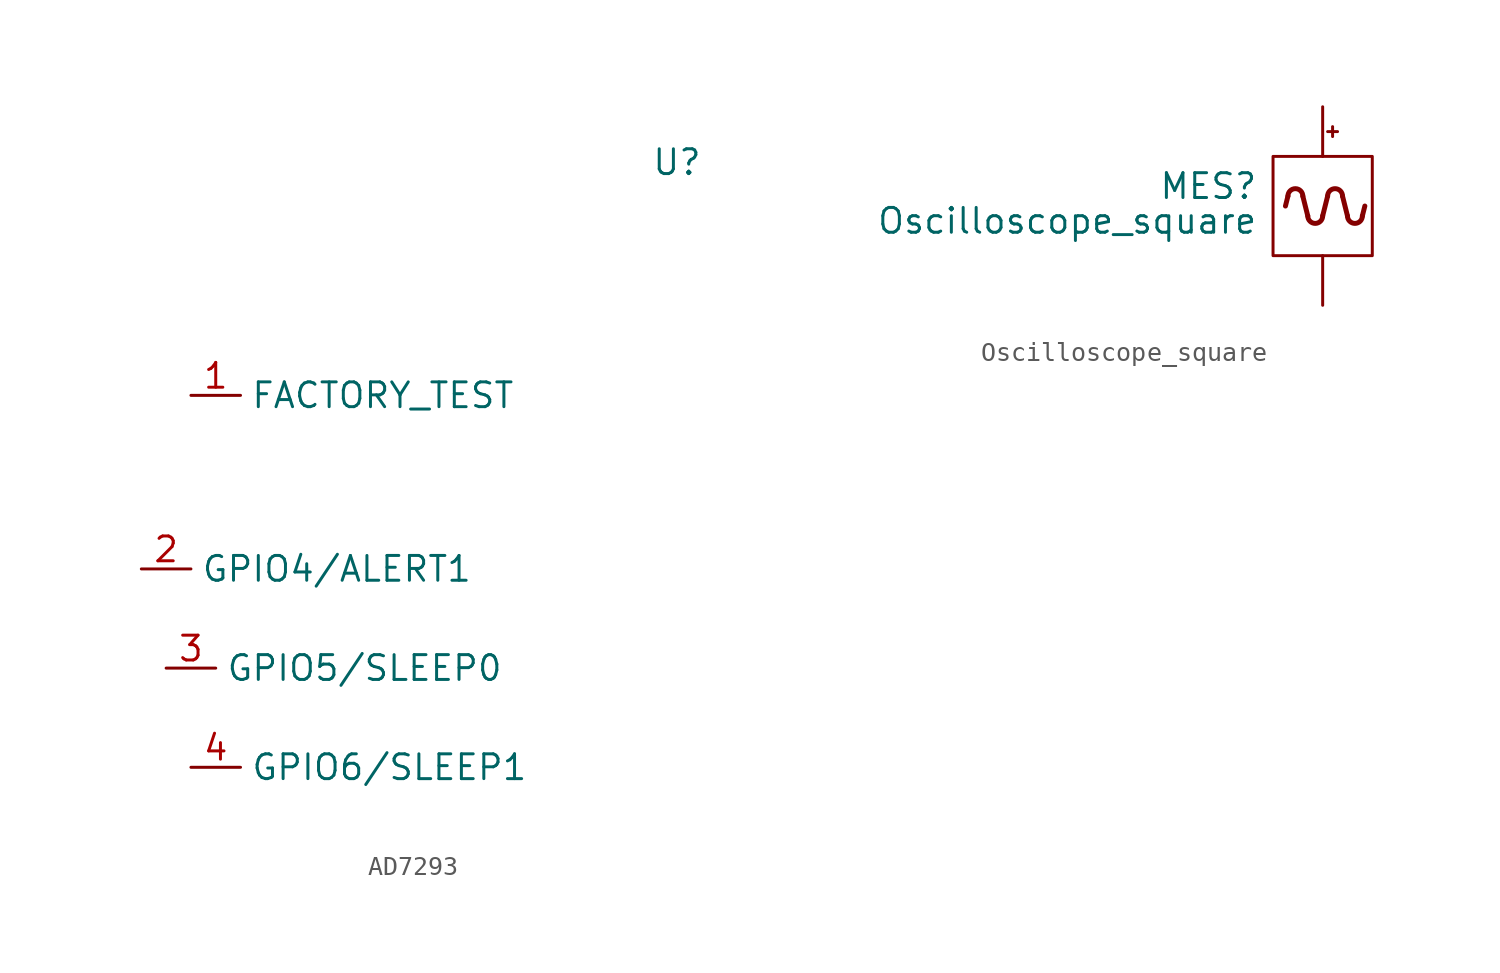
<source format=kicad_sym>
(kicad_symbol_lib
  (version 20241209)
  (generator "kicad_symbol_editor")
  (generator_version "9.0")
  (symbol "AD7293"
    (property "Reference" "U"
      (at 0.762 17.018 0)
      (effects (font (size 1.27 1.27))))
    (property "Value" ""
      (at 0 0 0)
      (effects (font (size 1.27 1.27))))
    (symbol "AD7293_1_1"
      (pin input line (at -26.67 -3.81 0) (length 2.54) (name "GPIO4/ALERT1" (effects (font (size 1.27 1.27)))) (number "2" (effects (font (size 1.27 1.27)))))
      (pin input line (at -25.4 -8.89 0) (length 2.54) (name "GPIO5/SLEEP0" (effects (font (size 1.27 1.27)))) (number "3" (effects (font (size 1.27 1.27)))))
      (pin input line (at -24.13 5.08 0) (length 2.54) (name "FACTORY_TEST" (effects (font (size 1.27 1.27)))) (number "1" (effects (font (size 1.27 1.27)))))
      (pin input line (at -24.13 -13.97 0) (length 2.54) (name "GPIO6/SLEEP1" (effects (font (size 1.27 1.27)))) (number "4" (effects (font (size 1.27 1.27)))))))
  (symbol "Oscilloscope_square"
    (pin_numbers
      (hide yes))
    (pin_names
      (offset 0.025)
      (hide yes))
    (property "Reference" "MES"
      (at -3.302 1.016 0)
      (effects (font (size 1.27 1.27)) (justify right)))
    (property "Value" "Oscilloscope_square"
      (at -3.302 -0.762 0)
      (effects (font (size 1.27 1.27)) (justify right)))
    (symbol "Oscilloscope_square_0_0"
      (polyline (pts (xy -1.778 0.508) (xy -1.905 0)) (stroke (width 0.254) (type default)) (fill (type none)))
      (arc (start -1.778 0.508) (mid -1.397 0.8874) (end -1.016 0.508) (stroke (width 0.254) (type default)) (fill (type none)))
      (polyline (pts (xy -1.016 0.508) (xy -0.762 -0.508)) (stroke (width 0.254) (type default)) (fill (type none)))
      (arc (start 0 -0.508) (mid -0.381 -0.8874) (end -0.762 -0.508) (stroke (width 0.254) (type default)) (fill (type none)))
      (polyline (pts (xy 0 -0.508) (xy 0.254 0.508)) (stroke (width 0.254) (type default)) (fill (type none)))
      (arc (start 0.254 0.508) (mid 0.635 0.8874) (end 1.016 0.508) (stroke (width 0.254) (type default)) (fill (type none)))
      (polyline (pts (xy 1.016 0.508) (xy 1.27 -0.508)) (stroke (width 0.254) (type default)) (fill (type none)))
      (arc (start 2.032 -0.508) (mid 1.651 -0.8874) (end 1.27 -0.508) (stroke (width 0.254) (type default)) (fill (type none)))
      (polyline (pts (xy 2.032 -0.508) (xy 2.159 0)) (stroke (width 0.254) (type default)) (fill (type none))))
    (symbol "Oscilloscope_square_0_1"
      (rectangle (start -2.54 2.54) (end 2.54 -2.54) (stroke (width 0) (type default)) (fill (type none)))
      (polyline (pts (xy 0.254 3.81) (xy 0.762 3.81)) (stroke (width 0) (type default)) (fill (type none)))
      (polyline (pts (xy 0.508 4.064) (xy 0.508 3.556)) (stroke (width 0) (type default)) (fill (type none))))
    (symbol "Oscilloscope_square_1_1"
      (pin passive line (at 0 5.08 270) (length 2.54) (name "+" (effects (font (size 1.27 1.27)))) (number "2" (effects (font (size 1.27 1.27)))))
      (pin passive line (at 0 -5.08 90) (length 2.54) (name "-" (effects (font (size 1.27 1.27)))) (number "1" (effects (font (size 1.27 1.27))))))))
</source>
